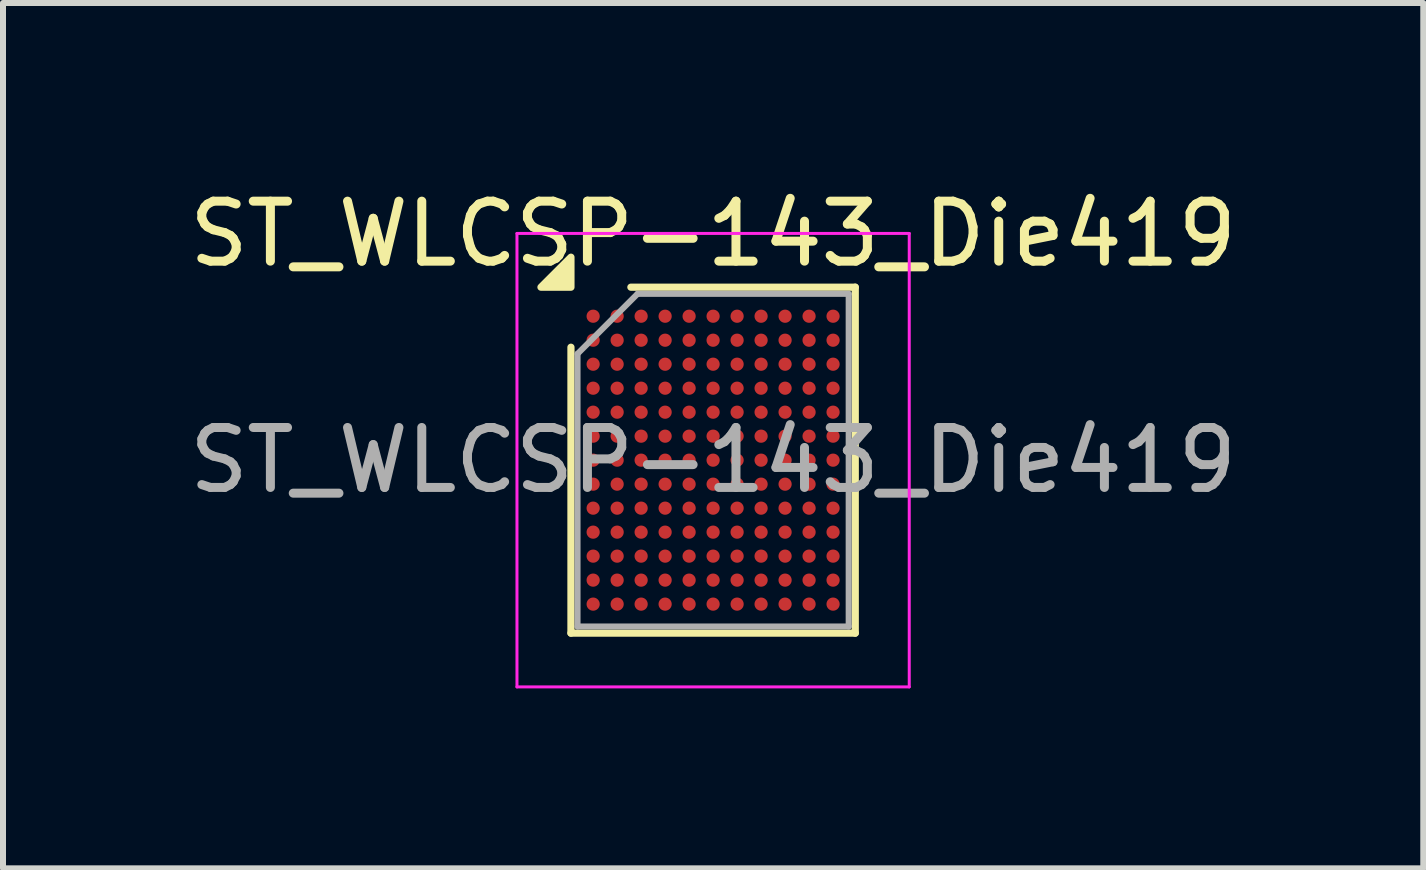
<source format=kicad_pcb>
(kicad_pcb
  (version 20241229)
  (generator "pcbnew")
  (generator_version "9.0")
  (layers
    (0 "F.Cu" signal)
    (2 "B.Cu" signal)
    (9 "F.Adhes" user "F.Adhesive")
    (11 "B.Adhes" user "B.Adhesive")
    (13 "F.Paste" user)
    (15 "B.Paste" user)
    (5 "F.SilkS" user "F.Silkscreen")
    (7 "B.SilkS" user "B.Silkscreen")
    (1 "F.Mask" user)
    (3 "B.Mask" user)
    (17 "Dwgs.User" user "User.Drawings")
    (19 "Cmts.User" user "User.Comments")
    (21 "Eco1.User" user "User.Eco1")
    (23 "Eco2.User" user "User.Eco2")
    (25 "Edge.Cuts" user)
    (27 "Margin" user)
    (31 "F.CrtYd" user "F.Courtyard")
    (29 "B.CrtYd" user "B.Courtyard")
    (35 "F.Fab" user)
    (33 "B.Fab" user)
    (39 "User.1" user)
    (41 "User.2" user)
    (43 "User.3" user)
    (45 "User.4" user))
  (footprint "ST_WLCSP-143_Die419"
    (layer "F.Cu")
    (at 8.839 4.622)
    (property "Reference" "ST_WLCSP-143_Die419" (at 0 -3.773 0) (layer "F.SilkS") (effects (font (size 1 1) (thickness 0.15))))
    (attr smd)
    (fp_line (start -2.37 2.884) (end -2.37 -1.883) (stroke (width 0.12) (type solid)) (layer "F.SilkS"))
    (fp_line (start -1.371 -2.884) (end 2.37 -2.884) (stroke (width 0.12) (type solid)) (layer "F.SilkS"))
    (fp_line (start 2.37 -2.884) (end 2.37 2.884) (stroke (width 0.12) (type solid)) (layer "F.SilkS"))
    (fp_line (start 2.37 2.884) (end -2.37 2.884) (stroke (width 0.12) (type solid)) (layer "F.SilkS"))
    (fp_poly (pts (xy -2.37 -2.884) (xy -2.87 -2.884) (xy -2.37 -3.384) (xy -2.37 -2.884)) (stroke (width 0.12) (type solid)) (fill yes) (layer "F.SilkS"))
    (fp_line (start -3.27 -3.78) (end -3.27 3.78) (stroke (width 0.05) (type solid)) (layer "F.CrtYd"))
    (fp_line (start -3.27 3.78) (end 3.27 3.78) (stroke (width 0.05) (type solid)) (layer "F.CrtYd"))
    (fp_line (start 3.27 -3.78) (end -3.27 -3.78) (stroke (width 0.05) (type solid)) (layer "F.CrtYd"))
    (fp_line (start 3.27 3.78) (end 3.27 -3.78) (stroke (width 0.05) (type solid)) (layer "F.CrtYd"))
    (fp_line (start -2.26 -1.774) (end -1.26 -2.773) (stroke (width 0.1) (type solid)) (layer "F.Fab"))
    (fp_line (start -2.26 2.773) (end -2.26 -1.774) (stroke (width 0.1) (type solid)) (layer "F.Fab"))
    (fp_line (start -1.26 -2.773) (end 2.26 -2.773) (stroke (width 0.1) (type solid)) (layer "F.Fab"))
    (fp_line (start 2.26 -2.773) (end 2.26 2.773) (stroke (width 0.1) (type solid)) (layer "F.Fab"))
    (fp_line (start 2.26 2.773) (end -2.26 2.773) (stroke (width 0.1) (type solid)) (layer "F.Fab"))
    (fp_text user "${REFERENCE}" (at 0 0 0) (layer "F.Fab") (effects (font (size 1 1) (thickness 0.15))))
    (pad "A1" smd circle (at -2 -2.4) (size 0.22 0.22) (property pad_prop_bga) (layers "F.Cu" "F.Mask" "F.Paste"))
    (pad "A2" smd circle (at -1.6 -2.4) (size 0.22 0.22) (property pad_prop_bga) (layers "F.Cu" "F.Mask" "F.Paste"))
    (pad "A3" smd circle (at -1.2 -2.4) (size 0.22 0.22) (property pad_prop_bga) (layers "F.Cu" "F.Mask" "F.Paste"))
    (pad "A4" smd circle (at -0.8 -2.4) (size 0.22 0.22) (property pad_prop_bga) (layers "F.Cu" "F.Mask" "F.Paste"))
    (pad "A5" smd circle (at -0.4 -2.4) (size 0.22 0.22) (property pad_prop_bga) (layers "F.Cu" "F.Mask" "F.Paste"))
    (pad "A6" smd circle (at 0 -2.4) (size 0.22 0.22) (property pad_prop_bga) (layers "F.Cu" "F.Mask" "F.Paste"))
    (pad "A7" smd circle (at 0.4 -2.4) (size 0.22 0.22) (property pad_prop_bga) (layers "F.Cu" "F.Mask" "F.Paste"))
    (pad "A8" smd circle (at 0.8 -2.4) (size 0.22 0.22) (property pad_prop_bga) (layers "F.Cu" "F.Mask" "F.Paste"))
    (pad "A9" smd circle (at 1.2 -2.4) (size 0.22 0.22) (property pad_prop_bga) (layers "F.Cu" "F.Mask" "F.Paste"))
    (pad "A10" smd circle (at 1.6 -2.4) (size 0.22 0.22) (property pad_prop_bga) (layers "F.Cu" "F.Mask" "F.Paste"))
    (pad "A11" smd circle (at 2 -2.4) (size 0.22 0.22) (property pad_prop_bga) (layers "F.Cu" "F.Mask" "F.Paste"))
    (pad "B1" smd circle (at -2 -2) (size 0.22 0.22) (property pad_prop_bga) (layers "F.Cu" "F.Mask" "F.Paste"))
    (pad "B2" smd circle (at -1.6 -2) (size 0.22 0.22) (property pad_prop_bga) (layers "F.Cu" "F.Mask" "F.Paste"))
    (pad "B3" smd circle (at -1.2 -2) (size 0.22 0.22) (property pad_prop_bga) (layers "F.Cu" "F.Mask" "F.Paste"))
    (pad "B4" smd circle (at -0.8 -2) (size 0.22 0.22) (property pad_prop_bga) (layers "F.Cu" "F.Mask" "F.Paste"))
    (pad "B5" smd circle (at -0.4 -2) (size 0.22 0.22) (property pad_prop_bga) (layers "F.Cu" "F.Mask" "F.Paste"))
    (pad "B6" smd circle (at 0 -2) (size 0.22 0.22) (property pad_prop_bga) (layers "F.Cu" "F.Mask" "F.Paste"))
    (pad "B7" smd circle (at 0.4 -2) (size 0.22 0.22) (property pad_prop_bga) (layers "F.Cu" "F.Mask" "F.Paste"))
    (pad "B8" smd circle (at 0.8 -2) (size 0.22 0.22) (property pad_prop_bga) (layers "F.Cu" "F.Mask" "F.Paste"))
    (pad "B9" smd circle (at 1.2 -2) (size 0.22 0.22) (property pad_prop_bga) (layers "F.Cu" "F.Mask" "F.Paste"))
    (pad "B10" smd circle (at 1.6 -2) (size 0.22 0.22) (property pad_prop_bga) (layers "F.Cu" "F.Mask" "F.Paste"))
    (pad "B11" smd circle (at 2 -2) (size 0.22 0.22) (property pad_prop_bga) (layers "F.Cu" "F.Mask" "F.Paste"))
    (pad "C1" smd circle (at -2 -1.6) (size 0.22 0.22) (property pad_prop_bga) (layers "F.Cu" "F.Mask" "F.Paste"))
    (pad "C2" smd circle (at -1.6 -1.6) (size 0.22 0.22) (property pad_prop_bga) (layers "F.Cu" "F.Mask" "F.Paste"))
    (pad "C3" smd circle (at -1.2 -1.6) (size 0.22 0.22) (property pad_prop_bga) (layers "F.Cu" "F.Mask" "F.Paste"))
    (pad "C4" smd circle (at -0.8 -1.6) (size 0.22 0.22) (property pad_prop_bga) (layers "F.Cu" "F.Mask" "F.Paste"))
    (pad "C5" smd circle (at -0.4 -1.6) (size 0.22 0.22) (property pad_prop_bga) (layers "F.Cu" "F.Mask" "F.Paste"))
    (pad "C6" smd circle (at 0 -1.6) (size 0.22 0.22) (property pad_prop_bga) (layers "F.Cu" "F.Mask" "F.Paste"))
    (pad "C7" smd circle (at 0.4 -1.6) (size 0.22 0.22) (property pad_prop_bga) (layers "F.Cu" "F.Mask" "F.Paste"))
    (pad "C8" smd circle (at 0.8 -1.6) (size 0.22 0.22) (property pad_prop_bga) (layers "F.Cu" "F.Mask" "F.Paste"))
    (pad "C9" smd circle (at 1.2 -1.6) (size 0.22 0.22) (property pad_prop_bga) (layers "F.Cu" "F.Mask" "F.Paste"))
    (pad "C10" smd circle (at 1.6 -1.6) (size 0.22 0.22) (property pad_prop_bga) (layers "F.Cu" "F.Mask" "F.Paste"))
    (pad "C11" smd circle (at 2 -1.6) (size 0.22 0.22) (property pad_prop_bga) (layers "F.Cu" "F.Mask" "F.Paste"))
    (pad "D1" smd circle (at -2 -1.2) (size 0.22 0.22) (property pad_prop_bga) (layers "F.Cu" "F.Mask" "F.Paste"))
    (pad "D2" smd circle (at -1.6 -1.2) (size 0.22 0.22) (property pad_prop_bga) (layers "F.Cu" "F.Mask" "F.Paste"))
    (pad "D3" smd circle (at -1.2 -1.2) (size 0.22 0.22) (property pad_prop_bga) (layers "F.Cu" "F.Mask" "F.Paste"))
    (pad "D4" smd circle (at -0.8 -1.2) (size 0.22 0.22) (property pad_prop_bga) (layers "F.Cu" "F.Mask" "F.Paste"))
    (pad "D5" smd circle (at -0.4 -1.2) (size 0.22 0.22) (property pad_prop_bga) (layers "F.Cu" "F.Mask" "F.Paste"))
    (pad "D6" smd circle (at 0 -1.2) (size 0.22 0.22) (property pad_prop_bga) (layers "F.Cu" "F.Mask" "F.Paste"))
    (pad "D7" smd circle (at 0.4 -1.2) (size 0.22 0.22) (property pad_prop_bga) (layers "F.Cu" "F.Mask" "F.Paste"))
    (pad "D8" smd circle (at 0.8 -1.2) (size 0.22 0.22) (property pad_prop_bga) (layers "F.Cu" "F.Mask" "F.Paste"))
    (pad "D9" smd circle (at 1.2 -1.2) (size 0.22 0.22) (property pad_prop_bga) (layers "F.Cu" "F.Mask" "F.Paste"))
    (pad "D10" smd circle (at 1.6 -1.2) (size 0.22 0.22) (property pad_prop_bga) (layers "F.Cu" "F.Mask" "F.Paste"))
    (pad "D11" smd circle (at 2 -1.2) (size 0.22 0.22) (property pad_prop_bga) (layers "F.Cu" "F.Mask" "F.Paste"))
    (pad "E1" smd circle (at -2 -0.8) (size 0.22 0.22) (property pad_prop_bga) (layers "F.Cu" "F.Mask" "F.Paste"))
    (pad "E2" smd circle (at -1.6 -0.8) (size 0.22 0.22) (property pad_prop_bga) (layers "F.Cu" "F.Mask" "F.Paste"))
    (pad "E3" smd circle (at -1.2 -0.8) (size 0.22 0.22) (property pad_prop_bga) (layers "F.Cu" "F.Mask" "F.Paste"))
    (pad "E4" smd circle (at -0.8 -0.8) (size 0.22 0.22) (property pad_prop_bga) (layers "F.Cu" "F.Mask" "F.Paste"))
    (pad "E5" smd circle (at -0.4 -0.8) (size 0.22 0.22) (property pad_prop_bga) (layers "F.Cu" "F.Mask" "F.Paste"))
    (pad "E6" smd circle (at 0 -0.8) (size 0.22 0.22) (property pad_prop_bga) (layers "F.Cu" "F.Mask" "F.Paste"))
    (pad "E7" smd circle (at 0.4 -0.8) (size 0.22 0.22) (property pad_prop_bga) (layers "F.Cu" "F.Mask" "F.Paste"))
    (pad "E8" smd circle (at 0.8 -0.8) (size 0.22 0.22) (property pad_prop_bga) (layers "F.Cu" "F.Mask" "F.Paste"))
    (pad "E9" smd circle (at 1.2 -0.8) (size 0.22 0.22) (property pad_prop_bga) (layers "F.Cu" "F.Mask" "F.Paste"))
    (pad "E10" smd circle (at 1.6 -0.8) (size 0.22 0.22) (property pad_prop_bga) (layers "F.Cu" "F.Mask" "F.Paste"))
    (pad "E11" smd circle (at 2 -0.8) (size 0.22 0.22) (property pad_prop_bga) (layers "F.Cu" "F.Mask" "F.Paste"))
    (pad "F1" smd circle (at -2 -0.4) (size 0.22 0.22) (property pad_prop_bga) (layers "F.Cu" "F.Mask" "F.Paste"))
    (pad "F2" smd circle (at -1.6 -0.4) (size 0.22 0.22) (property pad_prop_bga) (layers "F.Cu" "F.Mask" "F.Paste"))
    (pad "F3" smd circle (at -1.2 -0.4) (size 0.22 0.22) (property pad_prop_bga) (layers "F.Cu" "F.Mask" "F.Paste"))
    (pad "F4" smd circle (at -0.8 -0.4) (size 0.22 0.22) (property pad_prop_bga) (layers "F.Cu" "F.Mask" "F.Paste"))
    (pad "F5" smd circle (at -0.4 -0.4) (size 0.22 0.22) (property pad_prop_bga) (layers "F.Cu" "F.Mask" "F.Paste"))
    (pad "F6" smd circle (at 0 -0.4) (size 0.22 0.22) (property pad_prop_bga) (layers "F.Cu" "F.Mask" "F.Paste"))
    (pad "F7" smd circle (at 0.4 -0.4) (size 0.22 0.22) (property pad_prop_bga) (layers "F.Cu" "F.Mask" "F.Paste"))
    (pad "F8" smd circle (at 0.8 -0.4) (size 0.22 0.22) (property pad_prop_bga) (layers "F.Cu" "F.Mask" "F.Paste"))
    (pad "F9" smd circle (at 1.2 -0.4) (size 0.22 0.22) (property pad_prop_bga) (layers "F.Cu" "F.Mask" "F.Paste"))
    (pad "F10" smd circle (at 1.6 -0.4) (size 0.22 0.22) (property pad_prop_bga) (layers "F.Cu" "F.Mask" "F.Paste"))
    (pad "F11" smd circle (at 2 -0.4) (size 0.22 0.22) (property pad_prop_bga) (layers "F.Cu" "F.Mask" "F.Paste"))
    (pad "G1" smd circle (at -2 0) (size 0.22 0.22) (property pad_prop_bga) (layers "F.Cu" "F.Mask" "F.Paste"))
    (pad "G2" smd circle (at -1.6 0) (size 0.22 0.22) (property pad_prop_bga) (layers "F.Cu" "F.Mask" "F.Paste"))
    (pad "G3" smd circle (at -1.2 0) (size 0.22 0.22) (property pad_prop_bga) (layers "F.Cu" "F.Mask" "F.Paste"))
    (pad "G4" smd circle (at -0.8 0) (size 0.22 0.22) (property pad_prop_bga) (layers "F.Cu" "F.Mask" "F.Paste"))
    (pad "G5" smd circle (at -0.4 0) (size 0.22 0.22) (property pad_prop_bga) (layers "F.Cu" "F.Mask" "F.Paste"))
    (pad "G6" smd circle (at 0 0) (size 0.22 0.22) (property pad_prop_bga) (layers "F.Cu" "F.Mask" "F.Paste"))
    (pad "G7" smd circle (at 0.4 0) (size 0.22 0.22) (property pad_prop_bga) (layers "F.Cu" "F.Mask" "F.Paste"))
    (pad "G8" smd circle (at 0.8 0) (size 0.22 0.22) (property pad_prop_bga) (layers "F.Cu" "F.Mask" "F.Paste"))
    (pad "G9" smd circle (at 1.2 0) (size 0.22 0.22) (property pad_prop_bga) (layers "F.Cu" "F.Mask" "F.Paste"))
    (pad "G10" smd circle (at 1.6 0) (size 0.22 0.22) (property pad_prop_bga) (layers "F.Cu" "F.Mask" "F.Paste"))
    (pad "G11" smd circle (at 2 0) (size 0.22 0.22) (property pad_prop_bga) (layers "F.Cu" "F.Mask" "F.Paste"))
    (pad "H1" smd circle (at -2 0.4) (size 0.22 0.22) (property pad_prop_bga) (layers "F.Cu" "F.Mask" "F.Paste"))
    (pad "H2" smd circle (at -1.6 0.4) (size 0.22 0.22) (property pad_prop_bga) (layers "F.Cu" "F.Mask" "F.Paste"))
    (pad "H3" smd circle (at -1.2 0.4) (size 0.22 0.22) (property pad_prop_bga) (layers "F.Cu" "F.Mask" "F.Paste"))
    (pad "H4" smd circle (at -0.8 0.4) (size 0.22 0.22) (property pad_prop_bga) (layers "F.Cu" "F.Mask" "F.Paste"))
    (pad "H5" smd circle (at -0.4 0.4) (size 0.22 0.22) (property pad_prop_bga) (layers "F.Cu" "F.Mask" "F.Paste"))
    (pad "H6" smd circle (at 0 0.4) (size 0.22 0.22) (property pad_prop_bga) (layers "F.Cu" "F.Mask" "F.Paste"))
    (pad "H7" smd circle (at 0.4 0.4) (size 0.22 0.22) (property pad_prop_bga) (layers "F.Cu" "F.Mask" "F.Paste"))
    (pad "H8" smd circle (at 0.8 0.4) (size 0.22 0.22) (property pad_prop_bga) (layers "F.Cu" "F.Mask" "F.Paste"))
    (pad "H9" smd circle (at 1.2 0.4) (size 0.22 0.22) (property pad_prop_bga) (layers "F.Cu" "F.Mask" "F.Paste"))
    (pad "H10" smd circle (at 1.6 0.4) (size 0.22 0.22) (property pad_prop_bga) (layers "F.Cu" "F.Mask" "F.Paste"))
    (pad "H11" smd circle (at 2 0.4) (size 0.22 0.22) (property pad_prop_bga) (layers "F.Cu" "F.Mask" "F.Paste"))
    (pad "J1" smd circle (at -2 0.8) (size 0.22 0.22) (property pad_prop_bga) (layers "F.Cu" "F.Mask" "F.Paste"))
    (pad "J2" smd circle (at -1.6 0.8) (size 0.22 0.22) (property pad_prop_bga) (layers "F.Cu" "F.Mask" "F.Paste"))
    (pad "J3" smd circle (at -1.2 0.8) (size 0.22 0.22) (property pad_prop_bga) (layers "F.Cu" "F.Mask" "F.Paste"))
    (pad "J4" smd circle (at -0.8 0.8) (size 0.22 0.22) (property pad_prop_bga) (layers "F.Cu" "F.Mask" "F.Paste"))
    (pad "J5" smd circle (at -0.4 0.8) (size 0.22 0.22) (property pad_prop_bga) (layers "F.Cu" "F.Mask" "F.Paste"))
    (pad "J6" smd circle (at 0 0.8) (size 0.22 0.22) (property pad_prop_bga) (layers "F.Cu" "F.Mask" "F.Paste"))
    (pad "J7" smd circle (at 0.4 0.8) (size 0.22 0.22) (property pad_prop_bga) (layers "F.Cu" "F.Mask" "F.Paste"))
    (pad "J8" smd circle (at 0.8 0.8) (size 0.22 0.22) (property pad_prop_bga) (layers "F.Cu" "F.Mask" "F.Paste"))
    (pad "J9" smd circle (at 1.2 0.8) (size 0.22 0.22) (property pad_prop_bga) (layers "F.Cu" "F.Mask" "F.Paste"))
    (pad "J10" smd circle (at 1.6 0.8) (size 0.22 0.22) (property pad_prop_bga) (layers "F.Cu" "F.Mask" "F.Paste"))
    (pad "J11" smd circle (at 2 0.8) (size 0.22 0.22) (property pad_prop_bga) (layers "F.Cu" "F.Mask" "F.Paste"))
    (pad "K1" smd circle (at -2 1.2) (size 0.22 0.22) (property pad_prop_bga) (layers "F.Cu" "F.Mask" "F.Paste"))
    (pad "K2" smd circle (at -1.6 1.2) (size 0.22 0.22) (property pad_prop_bga) (layers "F.Cu" "F.Mask" "F.Paste"))
    (pad "K3" smd circle (at -1.2 1.2) (size 0.22 0.22) (property pad_prop_bga) (layers "F.Cu" "F.Mask" "F.Paste"))
    (pad "K4" smd circle (at -0.8 1.2) (size 0.22 0.22) (property pad_prop_bga) (layers "F.Cu" "F.Mask" "F.Paste"))
    (pad "K5" smd circle (at -0.4 1.2) (size 0.22 0.22) (property pad_prop_bga) (layers "F.Cu" "F.Mask" "F.Paste"))
    (pad "K6" smd circle (at 0 1.2) (size 0.22 0.22) (property pad_prop_bga) (layers "F.Cu" "F.Mask" "F.Paste"))
    (pad "K7" smd circle (at 0.4 1.2) (size 0.22 0.22) (property pad_prop_bga) (layers "F.Cu" "F.Mask" "F.Paste"))
    (pad "K8" smd circle (at 0.8 1.2) (size 0.22 0.22) (property pad_prop_bga) (layers "F.Cu" "F.Mask" "F.Paste"))
    (pad "K9" smd circle (at 1.2 1.2) (size 0.22 0.22) (property pad_prop_bga) (layers "F.Cu" "F.Mask" "F.Paste"))
    (pad "K10" smd circle (at 1.6 1.2) (size 0.22 0.22) (property pad_prop_bga) (layers "F.Cu" "F.Mask" "F.Paste"))
    (pad "K11" smd circle (at 2 1.2) (size 0.22 0.22) (property pad_prop_bga) (layers "F.Cu" "F.Mask" "F.Paste"))
    (pad "L1" smd circle (at -2 1.6) (size 0.22 0.22) (property pad_prop_bga) (layers "F.Cu" "F.Mask" "F.Paste"))
    (pad "L2" smd circle (at -1.6 1.6) (size 0.22 0.22) (property pad_prop_bga) (layers "F.Cu" "F.Mask" "F.Paste"))
    (pad "L3" smd circle (at -1.2 1.6) (size 0.22 0.22) (property pad_prop_bga) (layers "F.Cu" "F.Mask" "F.Paste"))
    (pad "L4" smd circle (at -0.8 1.6) (size 0.22 0.22) (property pad_prop_bga) (layers "F.Cu" "F.Mask" "F.Paste"))
    (pad "L5" smd circle (at -0.4 1.6) (size 0.22 0.22) (property pad_prop_bga) (layers "F.Cu" "F.Mask" "F.Paste"))
    (pad "L6" smd circle (at 0 1.6) (size 0.22 0.22) (property pad_prop_bga) (layers "F.Cu" "F.Mask" "F.Paste"))
    (pad "L7" smd circle (at 0.4 1.6) (size 0.22 0.22) (property pad_prop_bga) (layers "F.Cu" "F.Mask" "F.Paste"))
    (pad "L8" smd circle (at 0.8 1.6) (size 0.22 0.22) (property pad_prop_bga) (layers "F.Cu" "F.Mask" "F.Paste"))
    (pad "L9" smd circle (at 1.2 1.6) (size 0.22 0.22) (property pad_prop_bga) (layers "F.Cu" "F.Mask" "F.Paste"))
    (pad "L10" smd circle (at 1.6 1.6) (size 0.22 0.22) (property pad_prop_bga) (layers "F.Cu" "F.Mask" "F.Paste"))
    (pad "L11" smd circle (at 2 1.6) (size 0.22 0.22) (property pad_prop_bga) (layers "F.Cu" "F.Mask" "F.Paste"))
    (pad "M1" smd circle (at -2 2) (size 0.22 0.22) (property pad_prop_bga) (layers "F.Cu" "F.Mask" "F.Paste"))
    (pad "M2" smd circle (at -1.6 2) (size 0.22 0.22) (property pad_prop_bga) (layers "F.Cu" "F.Mask" "F.Paste"))
    (pad "M3" smd circle (at -1.2 2) (size 0.22 0.22) (property pad_prop_bga) (layers "F.Cu" "F.Mask" "F.Paste"))
    (pad "M4" smd circle (at -0.8 2) (size 0.22 0.22) (property pad_prop_bga) (layers "F.Cu" "F.Mask" "F.Paste"))
    (pad "M5" smd circle (at -0.4 2) (size 0.22 0.22) (property pad_prop_bga) (layers "F.Cu" "F.Mask" "F.Paste"))
    (pad "M6" smd circle (at 0 2) (size 0.22 0.22) (property pad_prop_bga) (layers "F.Cu" "F.Mask" "F.Paste"))
    (pad "M7" smd circle (at 0.4 2) (size 0.22 0.22) (property pad_prop_bga) (layers "F.Cu" "F.Mask" "F.Paste"))
    (pad "M8" smd circle (at 0.8 2) (size 0.22 0.22) (property pad_prop_bga) (layers "F.Cu" "F.Mask" "F.Paste"))
    (pad "M9" smd circle (at 1.2 2) (size 0.22 0.22) (property pad_prop_bga) (layers "F.Cu" "F.Mask" "F.Paste"))
    (pad "M10" smd circle (at 1.6 2) (size 0.22 0.22) (property pad_prop_bga) (layers "F.Cu" "F.Mask" "F.Paste"))
    (pad "M11" smd circle (at 2 2) (size 0.22 0.22) (property pad_prop_bga) (layers "F.Cu" "F.Mask" "F.Paste"))
    (pad "N1" smd circle (at -2 2.4) (size 0.22 0.22) (property pad_prop_bga) (layers "F.Cu" "F.Mask" "F.Paste"))
    (pad "N2" smd circle (at -1.6 2.4) (size 0.22 0.22) (property pad_prop_bga) (layers "F.Cu" "F.Mask" "F.Paste"))
    (pad "N3" smd circle (at -1.2 2.4) (size 0.22 0.22) (property pad_prop_bga) (layers "F.Cu" "F.Mask" "F.Paste"))
    (pad "N4" smd circle (at -0.8 2.4) (size 0.22 0.22) (property pad_prop_bga) (layers "F.Cu" "F.Mask" "F.Paste"))
    (pad "N5" smd circle (at -0.4 2.4) (size 0.22 0.22) (property pad_prop_bga) (layers "F.Cu" "F.Mask" "F.Paste"))
    (pad "N6" smd circle (at 0 2.4) (size 0.22 0.22) (property pad_prop_bga) (layers "F.Cu" "F.Mask" "F.Paste"))
    (pad "N7" smd circle (at 0.4 2.4) (size 0.22 0.22) (property pad_prop_bga) (layers "F.Cu" "F.Mask" "F.Paste"))
    (pad "N8" smd circle (at 0.8 2.4) (size 0.22 0.22) (property pad_prop_bga) (layers "F.Cu" "F.Mask" "F.Paste"))
    (pad "N9" smd circle (at 1.2 2.4) (size 0.22 0.22) (property pad_prop_bga) (layers "F.Cu" "F.Mask" "F.Paste"))
    (pad "N10" smd circle (at 1.6 2.4) (size 0.22 0.22) (property pad_prop_bga) (layers "F.Cu" "F.Mask" "F.Paste"))
    (pad "N11" smd circle (at 2 2.4) (size 0.22 0.22) (property pad_prop_bga) (layers "F.Cu" "F.Mask" "F.Paste")))
  (gr_rect
    (start -3 -3)
    (end 20.679 11.427)
    (stroke (width 0.1) (type default))
    (fill no)
    (layer "Edge.Cuts")))
</source>
